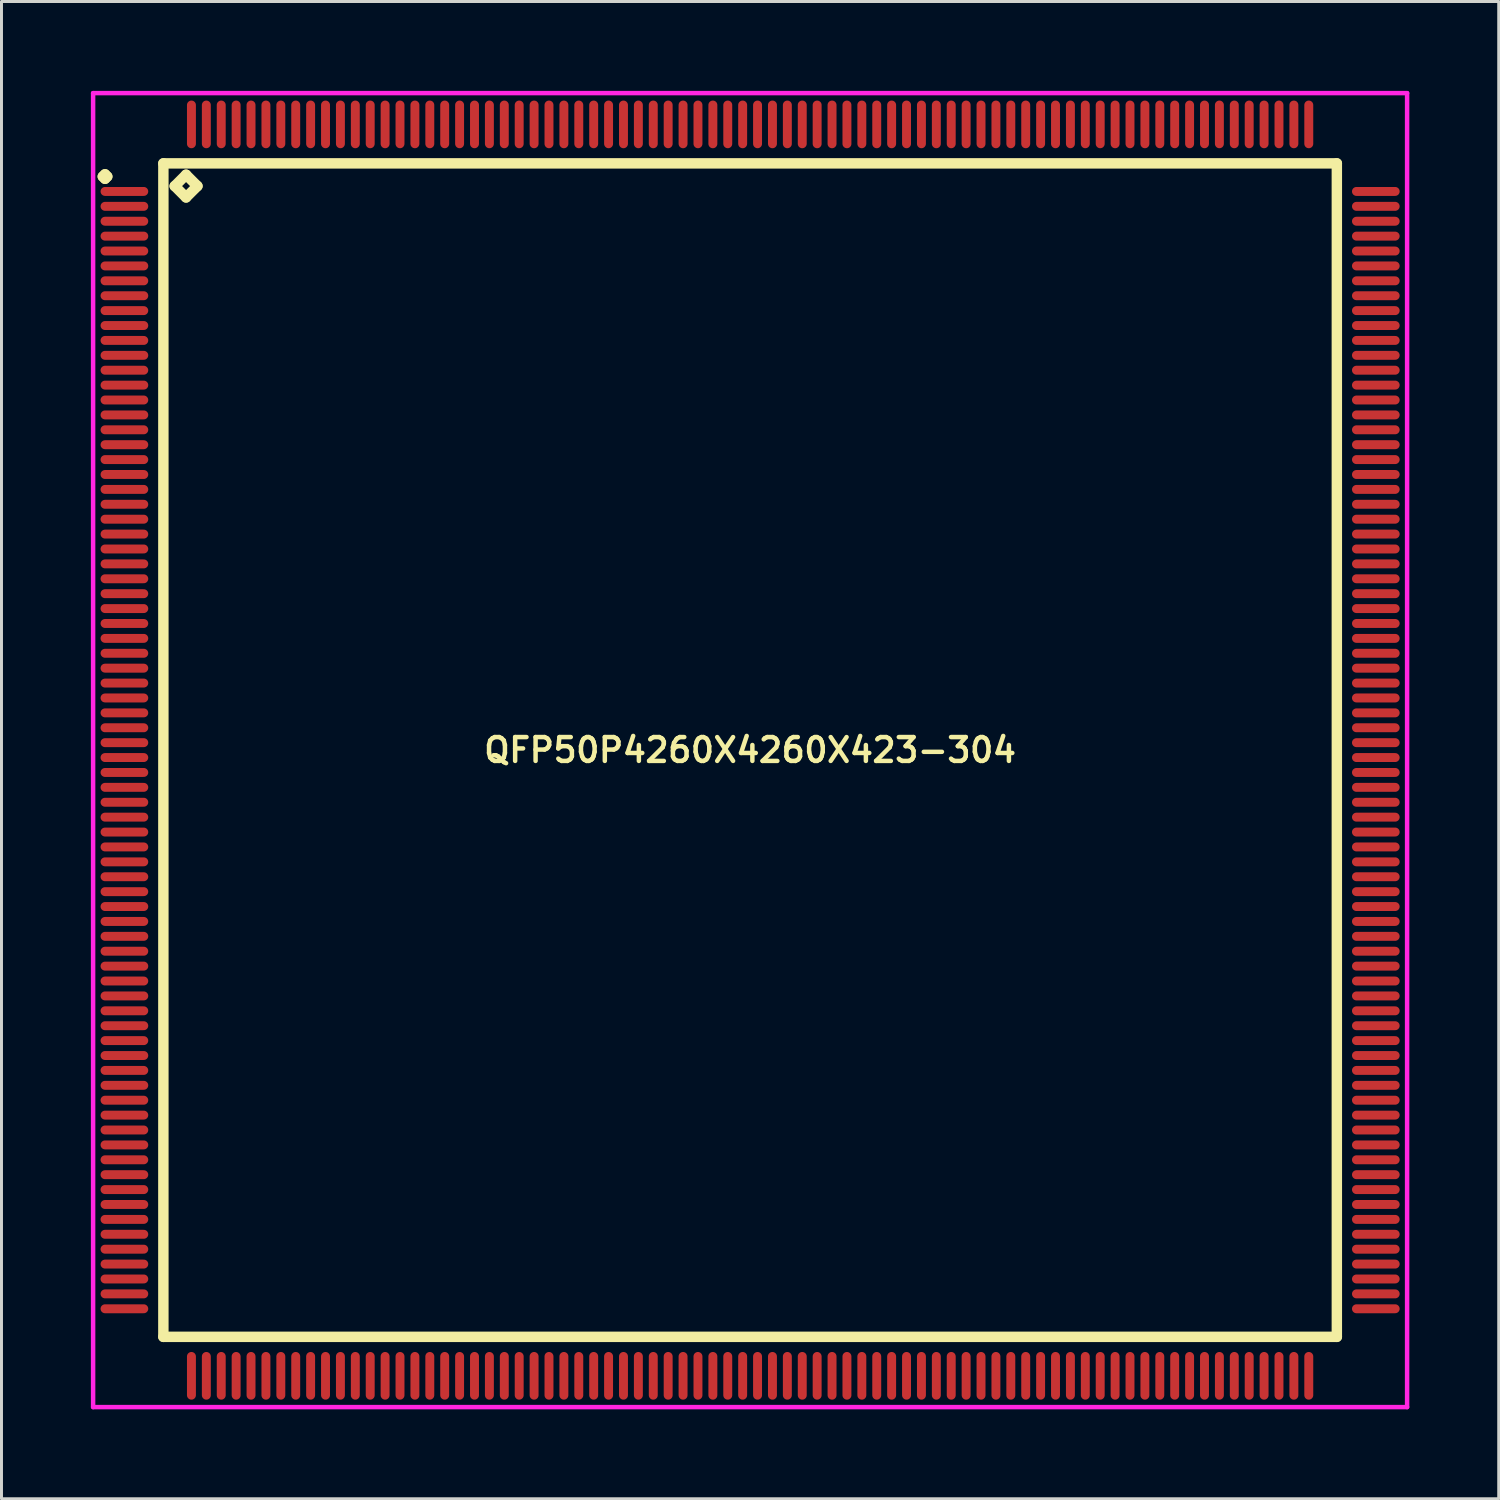
<source format=kicad_pcb>
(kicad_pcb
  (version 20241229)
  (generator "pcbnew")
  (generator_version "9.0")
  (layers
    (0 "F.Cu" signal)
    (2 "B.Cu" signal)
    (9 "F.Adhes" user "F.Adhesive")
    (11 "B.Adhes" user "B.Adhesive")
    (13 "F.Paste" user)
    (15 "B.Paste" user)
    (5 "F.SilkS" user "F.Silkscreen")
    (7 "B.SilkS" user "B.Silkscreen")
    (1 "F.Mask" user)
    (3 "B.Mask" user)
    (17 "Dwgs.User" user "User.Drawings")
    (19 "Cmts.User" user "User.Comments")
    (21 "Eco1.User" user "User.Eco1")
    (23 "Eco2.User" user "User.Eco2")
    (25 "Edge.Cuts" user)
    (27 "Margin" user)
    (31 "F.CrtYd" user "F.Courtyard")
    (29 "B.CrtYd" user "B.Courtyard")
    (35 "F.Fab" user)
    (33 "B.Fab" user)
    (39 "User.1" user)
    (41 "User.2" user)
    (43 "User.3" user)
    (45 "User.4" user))
  (footprint "QFP50P4260X4260X423-304"
    (layer "F.Cu")
    (at 22.125 22.125)
    (property "Reference" "QFP50P4260X4260X423-304" (at 0 0 0) (layer "F.SilkS") (effects (font (size 0.8 0.8) (thickness 0.15))))
    (attr smd)
    (fp_line (start -21.725 -19.25) (end -21.65 -19.325) (stroke (width 0.35) (type solid)) (layer "F.SilkS"))
    (fp_line (start -21.65 -19.325) (end -21.575 -19.25) (stroke (width 0.35) (type solid)) (layer "F.SilkS"))
    (fp_line (start -21.65 -19.175) (end -21.725 -19.25) (stroke (width 0.35) (type solid)) (layer "F.SilkS"))
    (fp_line (start -21.575 -19.25) (end -21.65 -19.175) (stroke (width 0.35) (type solid)) (layer "F.SilkS"))
    (fp_line (start -19.692 -19.692) (end -19.692 19.692) (stroke (width 0.35) (type solid)) (layer "F.SilkS"))
    (fp_line (start -19.692 19.692) (end 19.692 19.692) (stroke (width 0.35) (type solid)) (layer "F.SilkS"))
    (fp_line (start -19.311 -18.93) (end -18.93 -19.311) (stroke (width 0.35) (type solid)) (layer "F.SilkS"))
    (fp_line (start -18.93 -19.311) (end -18.549 -18.93) (stroke (width 0.35) (type solid)) (layer "F.SilkS"))
    (fp_line (start -18.93 -18.549) (end -19.311 -18.93) (stroke (width 0.35) (type solid)) (layer "F.SilkS"))
    (fp_line (start -18.549 -18.93) (end -18.93 -18.549) (stroke (width 0.35) (type solid)) (layer "F.SilkS"))
    (fp_line (start 19.692 -19.692) (end -19.692 -19.692) (stroke (width 0.35) (type solid)) (layer "F.SilkS"))
    (fp_line (start 19.692 19.692) (end 19.692 -19.692) (stroke (width 0.35) (type solid)) (layer "F.SilkS"))
    (fp_line (start -22.05 -22.05) (end 22.05 -22.05) (stroke (width 0.15) (type solid)) (layer "F.CrtYd"))
    (fp_line (start -22.05 22.05) (end -22.05 -22.05) (stroke (width 0.15) (type solid)) (layer "F.CrtYd"))
    (fp_line (start 22.05 -22.05) (end 22.05 22.05) (stroke (width 0.15) (type solid)) (layer "F.CrtYd"))
    (fp_line (start 22.05 22.05) (end -22.05 22.05) (stroke (width 0.15) (type solid)) (layer "F.CrtYd"))
    (pad "1" smd oval (at -21 -18.75) (size 1.6 0.3) (layers "F.Cu" "F.Mask" "F.Paste"))
    (pad "2" smd oval (at -21 -18.25) (size 1.6 0.3) (layers "F.Cu" "F.Mask" "F.Paste"))
    (pad "3" smd oval (at -21 -17.75) (size 1.6 0.3) (layers "F.Cu" "F.Mask" "F.Paste"))
    (pad "4" smd oval (at -21 -17.25) (size 1.6 0.3) (layers "F.Cu" "F.Mask" "F.Paste"))
    (pad "5" smd oval (at -21 -16.75) (size 1.6 0.3) (layers "F.Cu" "F.Mask" "F.Paste"))
    (pad "6" smd oval (at -21 -16.25) (size 1.6 0.3) (layers "F.Cu" "F.Mask" "F.Paste"))
    (pad "7" smd oval (at -21 -15.75) (size 1.6 0.3) (layers "F.Cu" "F.Mask" "F.Paste"))
    (pad "8" smd oval (at -21 -15.25) (size 1.6 0.3) (layers "F.Cu" "F.Mask" "F.Paste"))
    (pad "9" smd oval (at -21 -14.75) (size 1.6 0.3) (layers "F.Cu" "F.Mask" "F.Paste"))
    (pad "10" smd oval (at -21 -14.25) (size 1.6 0.3) (layers "F.Cu" "F.Mask" "F.Paste"))
    (pad "11" smd oval (at -21 -13.75) (size 1.6 0.3) (layers "F.Cu" "F.Mask" "F.Paste"))
    (pad "12" smd oval (at -21 -13.25) (size 1.6 0.3) (layers "F.Cu" "F.Mask" "F.Paste"))
    (pad "13" smd oval (at -21 -12.75) (size 1.6 0.3) (layers "F.Cu" "F.Mask" "F.Paste"))
    (pad "14" smd oval (at -21 -12.25) (size 1.6 0.3) (layers "F.Cu" "F.Mask" "F.Paste"))
    (pad "15" smd oval (at -21 -11.75) (size 1.6 0.3) (layers "F.Cu" "F.Mask" "F.Paste"))
    (pad "16" smd oval (at -21 -11.25) (size 1.6 0.3) (layers "F.Cu" "F.Mask" "F.Paste"))
    (pad "17" smd oval (at -21 -10.75) (size 1.6 0.3) (layers "F.Cu" "F.Mask" "F.Paste"))
    (pad "18" smd oval (at -21 -10.25) (size 1.6 0.3) (layers "F.Cu" "F.Mask" "F.Paste"))
    (pad "19" smd oval (at -21 -9.75) (size 1.6 0.3) (layers "F.Cu" "F.Mask" "F.Paste"))
    (pad "20" smd oval (at -21 -9.25) (size 1.6 0.3) (layers "F.Cu" "F.Mask" "F.Paste"))
    (pad "21" smd oval (at -21 -8.75) (size 1.6 0.3) (layers "F.Cu" "F.Mask" "F.Paste"))
    (pad "22" smd oval (at -21 -8.25) (size 1.6 0.3) (layers "F.Cu" "F.Mask" "F.Paste"))
    (pad "23" smd oval (at -21 -7.75) (size 1.6 0.3) (layers "F.Cu" "F.Mask" "F.Paste"))
    (pad "24" smd oval (at -21 -7.25) (size 1.6 0.3) (layers "F.Cu" "F.Mask" "F.Paste"))
    (pad "25" smd oval (at -21 -6.75) (size 1.6 0.3) (layers "F.Cu" "F.Mask" "F.Paste"))
    (pad "26" smd oval (at -21 -6.25) (size 1.6 0.3) (layers "F.Cu" "F.Mask" "F.Paste"))
    (pad "27" smd oval (at -21 -5.75) (size 1.6 0.3) (layers "F.Cu" "F.Mask" "F.Paste"))
    (pad "28" smd oval (at -21 -5.25) (size 1.6 0.3) (layers "F.Cu" "F.Mask" "F.Paste"))
    (pad "29" smd oval (at -21 -4.75) (size 1.6 0.3) (layers "F.Cu" "F.Mask" "F.Paste"))
    (pad "30" smd oval (at -21 -4.25) (size 1.6 0.3) (layers "F.Cu" "F.Mask" "F.Paste"))
    (pad "31" smd oval (at -21 -3.75) (size 1.6 0.3) (layers "F.Cu" "F.Mask" "F.Paste"))
    (pad "32" smd oval (at -21 -3.25) (size 1.6 0.3) (layers "F.Cu" "F.Mask" "F.Paste"))
    (pad "33" smd oval (at -21 -2.75) (size 1.6 0.3) (layers "F.Cu" "F.Mask" "F.Paste"))
    (pad "34" smd oval (at -21 -2.25) (size 1.6 0.3) (layers "F.Cu" "F.Mask" "F.Paste"))
    (pad "35" smd oval (at -21 -1.75) (size 1.6 0.3) (layers "F.Cu" "F.Mask" "F.Paste"))
    (pad "36" smd oval (at -21 -1.25) (size 1.6 0.3) (layers "F.Cu" "F.Mask" "F.Paste"))
    (pad "37" smd oval (at -21 -0.75) (size 1.6 0.3) (layers "F.Cu" "F.Mask" "F.Paste"))
    (pad "38" smd oval (at -21 -0.25) (size 1.6 0.3) (layers "F.Cu" "F.Mask" "F.Paste"))
    (pad "39" smd oval (at -21 0.25) (size 1.6 0.3) (layers "F.Cu" "F.Mask" "F.Paste"))
    (pad "40" smd oval (at -21 0.75) (size 1.6 0.3) (layers "F.Cu" "F.Mask" "F.Paste"))
    (pad "41" smd oval (at -21 1.25) (size 1.6 0.3) (layers "F.Cu" "F.Mask" "F.Paste"))
    (pad "42" smd oval (at -21 1.75) (size 1.6 0.3) (layers "F.Cu" "F.Mask" "F.Paste"))
    (pad "43" smd oval (at -21 2.25) (size 1.6 0.3) (layers "F.Cu" "F.Mask" "F.Paste"))
    (pad "44" smd oval (at -21 2.75) (size 1.6 0.3) (layers "F.Cu" "F.Mask" "F.Paste"))
    (pad "45" smd oval (at -21 3.25) (size 1.6 0.3) (layers "F.Cu" "F.Mask" "F.Paste"))
    (pad "46" smd oval (at -21 3.75) (size 1.6 0.3) (layers "F.Cu" "F.Mask" "F.Paste"))
    (pad "47" smd oval (at -21 4.25) (size 1.6 0.3) (layers "F.Cu" "F.Mask" "F.Paste"))
    (pad "48" smd oval (at -21 4.75) (size 1.6 0.3) (layers "F.Cu" "F.Mask" "F.Paste"))
    (pad "49" smd oval (at -21 5.25) (size 1.6 0.3) (layers "F.Cu" "F.Mask" "F.Paste"))
    (pad "50" smd oval (at -21 5.75) (size 1.6 0.3) (layers "F.Cu" "F.Mask" "F.Paste"))
    (pad "51" smd oval (at -21 6.25) (size 1.6 0.3) (layers "F.Cu" "F.Mask" "F.Paste"))
    (pad "52" smd oval (at -21 6.75) (size 1.6 0.3) (layers "F.Cu" "F.Mask" "F.Paste"))
    (pad "53" smd oval (at -21 7.25) (size 1.6 0.3) (layers "F.Cu" "F.Mask" "F.Paste"))
    (pad "54" smd oval (at -21 7.75) (size 1.6 0.3) (layers "F.Cu" "F.Mask" "F.Paste"))
    (pad "55" smd oval (at -21 8.25) (size 1.6 0.3) (layers "F.Cu" "F.Mask" "F.Paste"))
    (pad "56" smd oval (at -21 8.75) (size 1.6 0.3) (layers "F.Cu" "F.Mask" "F.Paste"))
    (pad "57" smd oval (at -21 9.25) (size 1.6 0.3) (layers "F.Cu" "F.Mask" "F.Paste"))
    (pad "58" smd oval (at -21 9.75) (size 1.6 0.3) (layers "F.Cu" "F.Mask" "F.Paste"))
    (pad "59" smd oval (at -21 10.25) (size 1.6 0.3) (layers "F.Cu" "F.Mask" "F.Paste"))
    (pad "60" smd oval (at -21 10.75) (size 1.6 0.3) (layers "F.Cu" "F.Mask" "F.Paste"))
    (pad "61" smd oval (at -21 11.25) (size 1.6 0.3) (layers "F.Cu" "F.Mask" "F.Paste"))
    (pad "62" smd oval (at -21 11.75) (size 1.6 0.3) (layers "F.Cu" "F.Mask" "F.Paste"))
    (pad "63" smd oval (at -21 12.25) (size 1.6 0.3) (layers "F.Cu" "F.Mask" "F.Paste"))
    (pad "64" smd oval (at -21 12.75) (size 1.6 0.3) (layers "F.Cu" "F.Mask" "F.Paste"))
    (pad "65" smd oval (at -21 13.25) (size 1.6 0.3) (layers "F.Cu" "F.Mask" "F.Paste"))
    (pad "66" smd oval (at -21 13.75) (size 1.6 0.3) (layers "F.Cu" "F.Mask" "F.Paste"))
    (pad "67" smd oval (at -21 14.25) (size 1.6 0.3) (layers "F.Cu" "F.Mask" "F.Paste"))
    (pad "68" smd oval (at -21 14.75) (size 1.6 0.3) (layers "F.Cu" "F.Mask" "F.Paste"))
    (pad "69" smd oval (at -21 15.25) (size 1.6 0.3) (layers "F.Cu" "F.Mask" "F.Paste"))
    (pad "70" smd oval (at -21 15.75) (size 1.6 0.3) (layers "F.Cu" "F.Mask" "F.Paste"))
    (pad "71" smd oval (at -21 16.25) (size 1.6 0.3) (layers "F.Cu" "F.Mask" "F.Paste"))
    (pad "72" smd oval (at -21 16.75) (size 1.6 0.3) (layers "F.Cu" "F.Mask" "F.Paste"))
    (pad "73" smd oval (at -21 17.25) (size 1.6 0.3) (layers "F.Cu" "F.Mask" "F.Paste"))
    (pad "74" smd oval (at -21 17.75) (size 1.6 0.3) (layers "F.Cu" "F.Mask" "F.Paste"))
    (pad "75" smd oval (at -21 18.25) (size 1.6 0.3) (layers "F.Cu" "F.Mask" "F.Paste"))
    (pad "76" smd oval (at -21 18.75) (size 1.6 0.3) (layers "F.Cu" "F.Mask" "F.Paste"))
    (pad "77" smd oval (at -18.75 21) (size 0.3 1.6) (layers "F.Cu" "F.Mask" "F.Paste"))
    (pad "78" smd oval (at -18.25 21) (size 0.3 1.6) (layers "F.Cu" "F.Mask" "F.Paste"))
    (pad "79" smd oval (at -17.75 21) (size 0.3 1.6) (layers "F.Cu" "F.Mask" "F.Paste"))
    (pad "80" smd oval (at -17.25 21) (size 0.3 1.6) (layers "F.Cu" "F.Mask" "F.Paste"))
    (pad "81" smd oval (at -16.75 21) (size 0.3 1.6) (layers "F.Cu" "F.Mask" "F.Paste"))
    (pad "82" smd oval (at -16.25 21) (size 0.3 1.6) (layers "F.Cu" "F.Mask" "F.Paste"))
    (pad "83" smd oval (at -15.75 21) (size 0.3 1.6) (layers "F.Cu" "F.Mask" "F.Paste"))
    (pad "84" smd oval (at -15.25 21) (size 0.3 1.6) (layers "F.Cu" "F.Mask" "F.Paste"))
    (pad "85" smd oval (at -14.75 21) (size 0.3 1.6) (layers "F.Cu" "F.Mask" "F.Paste"))
    (pad "86" smd oval (at -14.25 21) (size 0.3 1.6) (layers "F.Cu" "F.Mask" "F.Paste"))
    (pad "87" smd oval (at -13.75 21) (size 0.3 1.6) (layers "F.Cu" "F.Mask" "F.Paste"))
    (pad "88" smd oval (at -13.25 21) (size 0.3 1.6) (layers "F.Cu" "F.Mask" "F.Paste"))
    (pad "89" smd oval (at -12.75 21) (size 0.3 1.6) (layers "F.Cu" "F.Mask" "F.Paste"))
    (pad "90" smd oval (at -12.25 21) (size 0.3 1.6) (layers "F.Cu" "F.Mask" "F.Paste"))
    (pad "91" smd oval (at -11.75 21) (size 0.3 1.6) (layers "F.Cu" "F.Mask" "F.Paste"))
    (pad "92" smd oval (at -11.25 21) (size 0.3 1.6) (layers "F.Cu" "F.Mask" "F.Paste"))
    (pad "93" smd oval (at -10.75 21) (size 0.3 1.6) (layers "F.Cu" "F.Mask" "F.Paste"))
    (pad "94" smd oval (at -10.25 21) (size 0.3 1.6) (layers "F.Cu" "F.Mask" "F.Paste"))
    (pad "95" smd oval (at -9.75 21) (size 0.3 1.6) (layers "F.Cu" "F.Mask" "F.Paste"))
    (pad "96" smd oval (at -9.25 21) (size 0.3 1.6) (layers "F.Cu" "F.Mask" "F.Paste"))
    (pad "97" smd oval (at -8.75 21) (size 0.3 1.6) (layers "F.Cu" "F.Mask" "F.Paste"))
    (pad "98" smd oval (at -8.25 21) (size 0.3 1.6) (layers "F.Cu" "F.Mask" "F.Paste"))
    (pad "99" smd oval (at -7.75 21) (size 0.3 1.6) (layers "F.Cu" "F.Mask" "F.Paste"))
    (pad "100" smd oval (at -7.25 21) (size 0.3 1.6) (layers "F.Cu" "F.Mask" "F.Paste"))
    (pad "101" smd oval (at -6.75 21) (size 0.3 1.6) (layers "F.Cu" "F.Mask" "F.Paste"))
    (pad "102" smd oval (at -6.25 21) (size 0.3 1.6) (layers "F.Cu" "F.Mask" "F.Paste"))
    (pad "103" smd oval (at -5.75 21) (size 0.3 1.6) (layers "F.Cu" "F.Mask" "F.Paste"))
    (pad "104" smd oval (at -5.25 21) (size 0.3 1.6) (layers "F.Cu" "F.Mask" "F.Paste"))
    (pad "105" smd oval (at -4.75 21) (size 0.3 1.6) (layers "F.Cu" "F.Mask" "F.Paste"))
    (pad "106" smd oval (at -4.25 21) (size 0.3 1.6) (layers "F.Cu" "F.Mask" "F.Paste"))
    (pad "107" smd oval (at -3.75 21) (size 0.3 1.6) (layers "F.Cu" "F.Mask" "F.Paste"))
    (pad "108" smd oval (at -3.25 21) (size 0.3 1.6) (layers "F.Cu" "F.Mask" "F.Paste"))
    (pad "109" smd oval (at -2.75 21) (size 0.3 1.6) (layers "F.Cu" "F.Mask" "F.Paste"))
    (pad "110" smd oval (at -2.25 21) (size 0.3 1.6) (layers "F.Cu" "F.Mask" "F.Paste"))
    (pad "111" smd oval (at -1.75 21) (size 0.3 1.6) (layers "F.Cu" "F.Mask" "F.Paste"))
    (pad "112" smd oval (at -1.25 21) (size 0.3 1.6) (layers "F.Cu" "F.Mask" "F.Paste"))
    (pad "113" smd oval (at -0.75 21) (size 0.3 1.6) (layers "F.Cu" "F.Mask" "F.Paste"))
    (pad "114" smd oval (at -0.25 21) (size 0.3 1.6) (layers "F.Cu" "F.Mask" "F.Paste"))
    (pad "115" smd oval (at 0.25 21) (size 0.3 1.6) (layers "F.Cu" "F.Mask" "F.Paste"))
    (pad "116" smd oval (at 0.75 21) (size 0.3 1.6) (layers "F.Cu" "F.Mask" "F.Paste"))
    (pad "117" smd oval (at 1.25 21) (size 0.3 1.6) (layers "F.Cu" "F.Mask" "F.Paste"))
    (pad "118" smd oval (at 1.75 21) (size 0.3 1.6) (layers "F.Cu" "F.Mask" "F.Paste"))
    (pad "119" smd oval (at 2.25 21) (size 0.3 1.6) (layers "F.Cu" "F.Mask" "F.Paste"))
    (pad "120" smd oval (at 2.75 21) (size 0.3 1.6) (layers "F.Cu" "F.Mask" "F.Paste"))
    (pad "121" smd oval (at 3.25 21) (size 0.3 1.6) (layers "F.Cu" "F.Mask" "F.Paste"))
    (pad "122" smd oval (at 3.75 21) (size 0.3 1.6) (layers "F.Cu" "F.Mask" "F.Paste"))
    (pad "123" smd oval (at 4.25 21) (size 0.3 1.6) (layers "F.Cu" "F.Mask" "F.Paste"))
    (pad "124" smd oval (at 4.75 21) (size 0.3 1.6) (layers "F.Cu" "F.Mask" "F.Paste"))
    (pad "125" smd oval (at 5.25 21) (size 0.3 1.6) (layers "F.Cu" "F.Mask" "F.Paste"))
    (pad "126" smd oval (at 5.75 21) (size 0.3 1.6) (layers "F.Cu" "F.Mask" "F.Paste"))
    (pad "127" smd oval (at 6.25 21) (size 0.3 1.6) (layers "F.Cu" "F.Mask" "F.Paste"))
    (pad "128" smd oval (at 6.75 21) (size 0.3 1.6) (layers "F.Cu" "F.Mask" "F.Paste"))
    (pad "129" smd oval (at 7.25 21) (size 0.3 1.6) (layers "F.Cu" "F.Mask" "F.Paste"))
    (pad "130" smd oval (at 7.75 21) (size 0.3 1.6) (layers "F.Cu" "F.Mask" "F.Paste"))
    (pad "131" smd oval (at 8.25 21) (size 0.3 1.6) (layers "F.Cu" "F.Mask" "F.Paste"))
    (pad "132" smd oval (at 8.75 21) (size 0.3 1.6) (layers "F.Cu" "F.Mask" "F.Paste"))
    (pad "133" smd oval (at 9.25 21) (size 0.3 1.6) (layers "F.Cu" "F.Mask" "F.Paste"))
    (pad "134" smd oval (at 9.75 21) (size 0.3 1.6) (layers "F.Cu" "F.Mask" "F.Paste"))
    (pad "135" smd oval (at 10.25 21) (size 0.3 1.6) (layers "F.Cu" "F.Mask" "F.Paste"))
    (pad "136" smd oval (at 10.75 21) (size 0.3 1.6) (layers "F.Cu" "F.Mask" "F.Paste"))
    (pad "137" smd oval (at 11.25 21) (size 0.3 1.6) (layers "F.Cu" "F.Mask" "F.Paste"))
    (pad "138" smd oval (at 11.75 21) (size 0.3 1.6) (layers "F.Cu" "F.Mask" "F.Paste"))
    (pad "139" smd oval (at 12.25 21) (size 0.3 1.6) (layers "F.Cu" "F.Mask" "F.Paste"))
    (pad "140" smd oval (at 12.75 21) (size 0.3 1.6) (layers "F.Cu" "F.Mask" "F.Paste"))
    (pad "141" smd oval (at 13.25 21) (size 0.3 1.6) (layers "F.Cu" "F.Mask" "F.Paste"))
    (pad "142" smd oval (at 13.75 21) (size 0.3 1.6) (layers "F.Cu" "F.Mask" "F.Paste"))
    (pad "143" smd oval (at 14.25 21) (size 0.3 1.6) (layers "F.Cu" "F.Mask" "F.Paste"))
    (pad "144" smd oval (at 14.75 21) (size 0.3 1.6) (layers "F.Cu" "F.Mask" "F.Paste"))
    (pad "145" smd oval (at 15.25 21) (size 0.3 1.6) (layers "F.Cu" "F.Mask" "F.Paste"))
    (pad "146" smd oval (at 15.75 21) (size 0.3 1.6) (layers "F.Cu" "F.Mask" "F.Paste"))
    (pad "147" smd oval (at 16.25 21) (size 0.3 1.6) (layers "F.Cu" "F.Mask" "F.Paste"))
    (pad "148" smd oval (at 16.75 21) (size 0.3 1.6) (layers "F.Cu" "F.Mask" "F.Paste"))
    (pad "149" smd oval (at 17.25 21) (size 0.3 1.6) (layers "F.Cu" "F.Mask" "F.Paste"))
    (pad "150" smd oval (at 17.75 21) (size 0.3 1.6) (layers "F.Cu" "F.Mask" "F.Paste"))
    (pad "151" smd oval (at 18.25 21) (size 0.3 1.6) (layers "F.Cu" "F.Mask" "F.Paste"))
    (pad "152" smd oval (at 18.75 21) (size 0.3 1.6) (layers "F.Cu" "F.Mask" "F.Paste"))
    (pad "153" smd oval (at 21 18.75) (size 1.6 0.3) (layers "F.Cu" "F.Mask" "F.Paste"))
    (pad "154" smd oval (at 21 18.25) (size 1.6 0.3) (layers "F.Cu" "F.Mask" "F.Paste"))
    (pad "155" smd oval (at 21 17.75) (size 1.6 0.3) (layers "F.Cu" "F.Mask" "F.Paste"))
    (pad "156" smd oval (at 21 17.25) (size 1.6 0.3) (layers "F.Cu" "F.Mask" "F.Paste"))
    (pad "157" smd oval (at 21 16.75) (size 1.6 0.3) (layers "F.Cu" "F.Mask" "F.Paste"))
    (pad "158" smd oval (at 21 16.25) (size 1.6 0.3) (layers "F.Cu" "F.Mask" "F.Paste"))
    (pad "159" smd oval (at 21 15.75) (size 1.6 0.3) (layers "F.Cu" "F.Mask" "F.Paste"))
    (pad "160" smd oval (at 21 15.25) (size 1.6 0.3) (layers "F.Cu" "F.Mask" "F.Paste"))
    (pad "161" smd oval (at 21 14.75) (size 1.6 0.3) (layers "F.Cu" "F.Mask" "F.Paste"))
    (pad "162" smd oval (at 21 14.25) (size 1.6 0.3) (layers "F.Cu" "F.Mask" "F.Paste"))
    (pad "163" smd oval (at 21 13.75) (size 1.6 0.3) (layers "F.Cu" "F.Mask" "F.Paste"))
    (pad "164" smd oval (at 21 13.25) (size 1.6 0.3) (layers "F.Cu" "F.Mask" "F.Paste"))
    (pad "165" smd oval (at 21 12.75) (size 1.6 0.3) (layers "F.Cu" "F.Mask" "F.Paste"))
    (pad "166" smd oval (at 21 12.25) (size 1.6 0.3) (layers "F.Cu" "F.Mask" "F.Paste"))
    (pad "167" smd oval (at 21 11.75) (size 1.6 0.3) (layers "F.Cu" "F.Mask" "F.Paste"))
    (pad "168" smd oval (at 21 11.25) (size 1.6 0.3) (layers "F.Cu" "F.Mask" "F.Paste"))
    (pad "169" smd oval (at 21 10.75) (size 1.6 0.3) (layers "F.Cu" "F.Mask" "F.Paste"))
    (pad "170" smd oval (at 21 10.25) (size 1.6 0.3) (layers "F.Cu" "F.Mask" "F.Paste"))
    (pad "171" smd oval (at 21 9.75) (size 1.6 0.3) (layers "F.Cu" "F.Mask" "F.Paste"))
    (pad "172" smd oval (at 21 9.25) (size 1.6 0.3) (layers "F.Cu" "F.Mask" "F.Paste"))
    (pad "173" smd oval (at 21 8.75) (size 1.6 0.3) (layers "F.Cu" "F.Mask" "F.Paste"))
    (pad "174" smd oval (at 21 8.25) (size 1.6 0.3) (layers "F.Cu" "F.Mask" "F.Paste"))
    (pad "175" smd oval (at 21 7.75) (size 1.6 0.3) (layers "F.Cu" "F.Mask" "F.Paste"))
    (pad "176" smd oval (at 21 7.25) (size 1.6 0.3) (layers "F.Cu" "F.Mask" "F.Paste"))
    (pad "177" smd oval (at 21 6.75) (size 1.6 0.3) (layers "F.Cu" "F.Mask" "F.Paste"))
    (pad "178" smd oval (at 21 6.25) (size 1.6 0.3) (layers "F.Cu" "F.Mask" "F.Paste"))
    (pad "179" smd oval (at 21 5.75) (size 1.6 0.3) (layers "F.Cu" "F.Mask" "F.Paste"))
    (pad "180" smd oval (at 21 5.25) (size 1.6 0.3) (layers "F.Cu" "F.Mask" "F.Paste"))
    (pad "181" smd oval (at 21 4.75) (size 1.6 0.3) (layers "F.Cu" "F.Mask" "F.Paste"))
    (pad "182" smd oval (at 21 4.25) (size 1.6 0.3) (layers "F.Cu" "F.Mask" "F.Paste"))
    (pad "183" smd oval (at 21 3.75) (size 1.6 0.3) (layers "F.Cu" "F.Mask" "F.Paste"))
    (pad "184" smd oval (at 21 3.25) (size 1.6 0.3) (layers "F.Cu" "F.Mask" "F.Paste"))
    (pad "185" smd oval (at 21 2.75) (size 1.6 0.3) (layers "F.Cu" "F.Mask" "F.Paste"))
    (pad "186" smd oval (at 21 2.25) (size 1.6 0.3) (layers "F.Cu" "F.Mask" "F.Paste"))
    (pad "187" smd oval (at 21 1.75) (size 1.6 0.3) (layers "F.Cu" "F.Mask" "F.Paste"))
    (pad "188" smd oval (at 21 1.25) (size 1.6 0.3) (layers "F.Cu" "F.Mask" "F.Paste"))
    (pad "189" smd oval (at 21 0.75) (size 1.6 0.3) (layers "F.Cu" "F.Mask" "F.Paste"))
    (pad "190" smd oval (at 21 0.25) (size 1.6 0.3) (layers "F.Cu" "F.Mask" "F.Paste"))
    (pad "191" smd oval (at 21 -0.25) (size 1.6 0.3) (layers "F.Cu" "F.Mask" "F.Paste"))
    (pad "192" smd oval (at 21 -0.75) (size 1.6 0.3) (layers "F.Cu" "F.Mask" "F.Paste"))
    (pad "193" smd oval (at 21 -1.25) (size 1.6 0.3) (layers "F.Cu" "F.Mask" "F.Paste"))
    (pad "194" smd oval (at 21 -1.75) (size 1.6 0.3) (layers "F.Cu" "F.Mask" "F.Paste"))
    (pad "195" smd oval (at 21 -2.25) (size 1.6 0.3) (layers "F.Cu" "F.Mask" "F.Paste"))
    (pad "196" smd oval (at 21 -2.75) (size 1.6 0.3) (layers "F.Cu" "F.Mask" "F.Paste"))
    (pad "197" smd oval (at 21 -3.25) (size 1.6 0.3) (layers "F.Cu" "F.Mask" "F.Paste"))
    (pad "198" smd oval (at 21 -3.75) (size 1.6 0.3) (layers "F.Cu" "F.Mask" "F.Paste"))
    (pad "199" smd oval (at 21 -4.25) (size 1.6 0.3) (layers "F.Cu" "F.Mask" "F.Paste"))
    (pad "200" smd oval (at 21 -4.75) (size 1.6 0.3) (layers "F.Cu" "F.Mask" "F.Paste"))
    (pad "201" smd oval (at 21 -5.25) (size 1.6 0.3) (layers "F.Cu" "F.Mask" "F.Paste"))
    (pad "202" smd oval (at 21 -5.75) (size 1.6 0.3) (layers "F.Cu" "F.Mask" "F.Paste"))
    (pad "203" smd oval (at 21 -6.25) (size 1.6 0.3) (layers "F.Cu" "F.Mask" "F.Paste"))
    (pad "204" smd oval (at 21 -6.75) (size 1.6 0.3) (layers "F.Cu" "F.Mask" "F.Paste"))
    (pad "205" smd oval (at 21 -7.25) (size 1.6 0.3) (layers "F.Cu" "F.Mask" "F.Paste"))
    (pad "206" smd oval (at 21 -7.75) (size 1.6 0.3) (layers "F.Cu" "F.Mask" "F.Paste"))
    (pad "207" smd oval (at 21 -8.25) (size 1.6 0.3) (layers "F.Cu" "F.Mask" "F.Paste"))
    (pad "208" smd oval (at 21 -8.75) (size 1.6 0.3) (layers "F.Cu" "F.Mask" "F.Paste"))
    (pad "209" smd oval (at 21 -9.25) (size 1.6 0.3) (layers "F.Cu" "F.Mask" "F.Paste"))
    (pad "210" smd oval (at 21 -9.75) (size 1.6 0.3) (layers "F.Cu" "F.Mask" "F.Paste"))
    (pad "211" smd oval (at 21 -10.25) (size 1.6 0.3) (layers "F.Cu" "F.Mask" "F.Paste"))
    (pad "212" smd oval (at 21 -10.75) (size 1.6 0.3) (layers "F.Cu" "F.Mask" "F.Paste"))
    (pad "213" smd oval (at 21 -11.25) (size 1.6 0.3) (layers "F.Cu" "F.Mask" "F.Paste"))
    (pad "214" smd oval (at 21 -11.75) (size 1.6 0.3) (layers "F.Cu" "F.Mask" "F.Paste"))
    (pad "215" smd oval (at 21 -12.25) (size 1.6 0.3) (layers "F.Cu" "F.Mask" "F.Paste"))
    (pad "216" smd oval (at 21 -12.75) (size 1.6 0.3) (layers "F.Cu" "F.Mask" "F.Paste"))
    (pad "217" smd oval (at 21 -13.25) (size 1.6 0.3) (layers "F.Cu" "F.Mask" "F.Paste"))
    (pad "218" smd oval (at 21 -13.75) (size 1.6 0.3) (layers "F.Cu" "F.Mask" "F.Paste"))
    (pad "219" smd oval (at 21 -14.25) (size 1.6 0.3) (layers "F.Cu" "F.Mask" "F.Paste"))
    (pad "220" smd oval (at 21 -14.75) (size 1.6 0.3) (layers "F.Cu" "F.Mask" "F.Paste"))
    (pad "221" smd oval (at 21 -15.25) (size 1.6 0.3) (layers "F.Cu" "F.Mask" "F.Paste"))
    (pad "222" smd oval (at 21 -15.75) (size 1.6 0.3) (layers "F.Cu" "F.Mask" "F.Paste"))
    (pad "223" smd oval (at 21 -16.25) (size 1.6 0.3) (layers "F.Cu" "F.Mask" "F.Paste"))
    (pad "224" smd oval (at 21 -16.75) (size 1.6 0.3) (layers "F.Cu" "F.Mask" "F.Paste"))
    (pad "225" smd oval (at 21 -17.25) (size 1.6 0.3) (layers "F.Cu" "F.Mask" "F.Paste"))
    (pad "226" smd oval (at 21 -17.75) (size 1.6 0.3) (layers "F.Cu" "F.Mask" "F.Paste"))
    (pad "227" smd oval (at 21 -18.25) (size 1.6 0.3) (layers "F.Cu" "F.Mask" "F.Paste"))
    (pad "228" smd oval (at 21 -18.75) (size 1.6 0.3) (layers "F.Cu" "F.Mask" "F.Paste"))
    (pad "229" smd oval (at 18.75 -21) (size 0.3 1.6) (layers "F.Cu" "F.Mask" "F.Paste"))
    (pad "230" smd oval (at 18.25 -21) (size 0.3 1.6) (layers "F.Cu" "F.Mask" "F.Paste"))
    (pad "231" smd oval (at 17.75 -21) (size 0.3 1.6) (layers "F.Cu" "F.Mask" "F.Paste"))
    (pad "232" smd oval (at 17.25 -21) (size 0.3 1.6) (layers "F.Cu" "F.Mask" "F.Paste"))
    (pad "233" smd oval (at 16.75 -21) (size 0.3 1.6) (layers "F.Cu" "F.Mask" "F.Paste"))
    (pad "234" smd oval (at 16.25 -21) (size 0.3 1.6) (layers "F.Cu" "F.Mask" "F.Paste"))
    (pad "235" smd oval (at 15.75 -21) (size 0.3 1.6) (layers "F.Cu" "F.Mask" "F.Paste"))
    (pad "236" smd oval (at 15.25 -21) (size 0.3 1.6) (layers "F.Cu" "F.Mask" "F.Paste"))
    (pad "237" smd oval (at 14.75 -21) (size 0.3 1.6) (layers "F.Cu" "F.Mask" "F.Paste"))
    (pad "238" smd oval (at 14.25 -21) (size 0.3 1.6) (layers "F.Cu" "F.Mask" "F.Paste"))
    (pad "239" smd oval (at 13.75 -21) (size 0.3 1.6) (layers "F.Cu" "F.Mask" "F.Paste"))
    (pad "240" smd oval (at 13.25 -21) (size 0.3 1.6) (layers "F.Cu" "F.Mask" "F.Paste"))
    (pad "241" smd oval (at 12.75 -21) (size 0.3 1.6) (layers "F.Cu" "F.Mask" "F.Paste"))
    (pad "242" smd oval (at 12.25 -21) (size 0.3 1.6) (layers "F.Cu" "F.Mask" "F.Paste"))
    (pad "243" smd oval (at 11.75 -21) (size 0.3 1.6) (layers "F.Cu" "F.Mask" "F.Paste"))
    (pad "244" smd oval (at 11.25 -21) (size 0.3 1.6) (layers "F.Cu" "F.Mask" "F.Paste"))
    (pad "245" smd oval (at 10.75 -21) (size 0.3 1.6) (layers "F.Cu" "F.Mask" "F.Paste"))
    (pad "246" smd oval (at 10.25 -21) (size 0.3 1.6) (layers "F.Cu" "F.Mask" "F.Paste"))
    (pad "247" smd oval (at 9.75 -21) (size 0.3 1.6) (layers "F.Cu" "F.Mask" "F.Paste"))
    (pad "248" smd oval (at 9.25 -21) (size 0.3 1.6) (layers "F.Cu" "F.Mask" "F.Paste"))
    (pad "249" smd oval (at 8.75 -21) (size 0.3 1.6) (layers "F.Cu" "F.Mask" "F.Paste"))
    (pad "250" smd oval (at 8.25 -21) (size 0.3 1.6) (layers "F.Cu" "F.Mask" "F.Paste"))
    (pad "251" smd oval (at 7.75 -21) (size 0.3 1.6) (layers "F.Cu" "F.Mask" "F.Paste"))
    (pad "252" smd oval (at 7.25 -21) (size 0.3 1.6) (layers "F.Cu" "F.Mask" "F.Paste"))
    (pad "253" smd oval (at 6.75 -21) (size 0.3 1.6) (layers "F.Cu" "F.Mask" "F.Paste"))
    (pad "254" smd oval (at 6.25 -21) (size 0.3 1.6) (layers "F.Cu" "F.Mask" "F.Paste"))
    (pad "255" smd oval (at 5.75 -21) (size 0.3 1.6) (layers "F.Cu" "F.Mask" "F.Paste"))
    (pad "256" smd oval (at 5.25 -21) (size 0.3 1.6) (layers "F.Cu" "F.Mask" "F.Paste"))
    (pad "257" smd oval (at 4.75 -21) (size 0.3 1.6) (layers "F.Cu" "F.Mask" "F.Paste"))
    (pad "258" smd oval (at 4.25 -21) (size 0.3 1.6) (layers "F.Cu" "F.Mask" "F.Paste"))
    (pad "259" smd oval (at 3.75 -21) (size 0.3 1.6) (layers "F.Cu" "F.Mask" "F.Paste"))
    (pad "260" smd oval (at 3.25 -21) (size 0.3 1.6) (layers "F.Cu" "F.Mask" "F.Paste"))
    (pad "261" smd oval (at 2.75 -21) (size 0.3 1.6) (layers "F.Cu" "F.Mask" "F.Paste"))
    (pad "262" smd oval (at 2.25 -21) (size 0.3 1.6) (layers "F.Cu" "F.Mask" "F.Paste"))
    (pad "263" smd oval (at 1.75 -21) (size 0.3 1.6) (layers "F.Cu" "F.Mask" "F.Paste"))
    (pad "264" smd oval (at 1.25 -21) (size 0.3 1.6) (layers "F.Cu" "F.Mask" "F.Paste"))
    (pad "265" smd oval (at 0.75 -21) (size 0.3 1.6) (layers "F.Cu" "F.Mask" "F.Paste"))
    (pad "266" smd oval (at 0.25 -21) (size 0.3 1.6) (layers "F.Cu" "F.Mask" "F.Paste"))
    (pad "267" smd oval (at -0.25 -21) (size 0.3 1.6) (layers "F.Cu" "F.Mask" "F.Paste"))
    (pad "268" smd oval (at -0.75 -21) (size 0.3 1.6) (layers "F.Cu" "F.Mask" "F.Paste"))
    (pad "269" smd oval (at -1.25 -21) (size 0.3 1.6) (layers "F.Cu" "F.Mask" "F.Paste"))
    (pad "270" smd oval (at -1.75 -21) (size 0.3 1.6) (layers "F.Cu" "F.Mask" "F.Paste"))
    (pad "271" smd oval (at -2.25 -21) (size 0.3 1.6) (layers "F.Cu" "F.Mask" "F.Paste"))
    (pad "272" smd oval (at -2.75 -21) (size 0.3 1.6) (layers "F.Cu" "F.Mask" "F.Paste"))
    (pad "273" smd oval (at -3.25 -21) (size 0.3 1.6) (layers "F.Cu" "F.Mask" "F.Paste"))
    (pad "274" smd oval (at -3.75 -21) (size 0.3 1.6) (layers "F.Cu" "F.Mask" "F.Paste"))
    (pad "275" smd oval (at -4.25 -21) (size 0.3 1.6) (layers "F.Cu" "F.Mask" "F.Paste"))
    (pad "276" smd oval (at -4.75 -21) (size 0.3 1.6) (layers "F.Cu" "F.Mask" "F.Paste"))
    (pad "277" smd oval (at -5.25 -21) (size 0.3 1.6) (layers "F.Cu" "F.Mask" "F.Paste"))
    (pad "278" smd oval (at -5.75 -21) (size 0.3 1.6) (layers "F.Cu" "F.Mask" "F.Paste"))
    (pad "279" smd oval (at -6.25 -21) (size 0.3 1.6) (layers "F.Cu" "F.Mask" "F.Paste"))
    (pad "280" smd oval (at -6.75 -21) (size 0.3 1.6) (layers "F.Cu" "F.Mask" "F.Paste"))
    (pad "281" smd oval (at -7.25 -21) (size 0.3 1.6) (layers "F.Cu" "F.Mask" "F.Paste"))
    (pad "282" smd oval (at -7.75 -21) (size 0.3 1.6) (layers "F.Cu" "F.Mask" "F.Paste"))
    (pad "283" smd oval (at -8.25 -21) (size 0.3 1.6) (layers "F.Cu" "F.Mask" "F.Paste"))
    (pad "284" smd oval (at -8.75 -21) (size 0.3 1.6) (layers "F.Cu" "F.Mask" "F.Paste"))
    (pad "285" smd oval (at -9.25 -21) (size 0.3 1.6) (layers "F.Cu" "F.Mask" "F.Paste"))
    (pad "286" smd oval (at -9.75 -21) (size 0.3 1.6) (layers "F.Cu" "F.Mask" "F.Paste"))
    (pad "287" smd oval (at -10.25 -21) (size 0.3 1.6) (layers "F.Cu" "F.Mask" "F.Paste"))
    (pad "288" smd oval (at -10.75 -21) (size 0.3 1.6) (layers "F.Cu" "F.Mask" "F.Paste"))
    (pad "289" smd oval (at -11.25 -21) (size 0.3 1.6) (layers "F.Cu" "F.Mask" "F.Paste"))
    (pad "290" smd oval (at -11.75 -21) (size 0.3 1.6) (layers "F.Cu" "F.Mask" "F.Paste"))
    (pad "291" smd oval (at -12.25 -21) (size 0.3 1.6) (layers "F.Cu" "F.Mask" "F.Paste"))
    (pad "292" smd oval (at -12.75 -21) (size 0.3 1.6) (layers "F.Cu" "F.Mask" "F.Paste"))
    (pad "293" smd oval (at -13.25 -21) (size 0.3 1.6) (layers "F.Cu" "F.Mask" "F.Paste"))
    (pad "294" smd oval (at -13.75 -21) (size 0.3 1.6) (layers "F.Cu" "F.Mask" "F.Paste"))
    (pad "295" smd oval (at -14.25 -21) (size 0.3 1.6) (layers "F.Cu" "F.Mask" "F.Paste"))
    (pad "296" smd oval (at -14.75 -21) (size 0.3 1.6) (layers "F.Cu" "F.Mask" "F.Paste"))
    (pad "297" smd oval (at -15.25 -21) (size 0.3 1.6) (layers "F.Cu" "F.Mask" "F.Paste"))
    (pad "298" smd oval (at -15.75 -21) (size 0.3 1.6) (layers "F.Cu" "F.Mask" "F.Paste"))
    (pad "299" smd oval (at -16.25 -21) (size 0.3 1.6) (layers "F.Cu" "F.Mask" "F.Paste"))
    (pad "300" smd oval (at -16.75 -21) (size 0.3 1.6) (layers "F.Cu" "F.Mask" "F.Paste"))
    (pad "301" smd oval (at -17.25 -21) (size 0.3 1.6) (layers "F.Cu" "F.Mask" "F.Paste"))
    (pad "302" smd oval (at -17.75 -21) (size 0.3 1.6) (layers "F.Cu" "F.Mask" "F.Paste"))
    (pad "303" smd oval (at -18.25 -21) (size 0.3 1.6) (layers "F.Cu" "F.Mask" "F.Paste"))
    (pad "304" smd oval (at -18.75 -21) (size 0.3 1.6) (layers "F.Cu" "F.Mask" "F.Paste")))
  (gr_rect
    (start -3 -3)
    (end 47.25 47.25)
    (stroke (width 0.1) (type default))
    (fill no)
    (layer "Edge.Cuts")))
</source>
